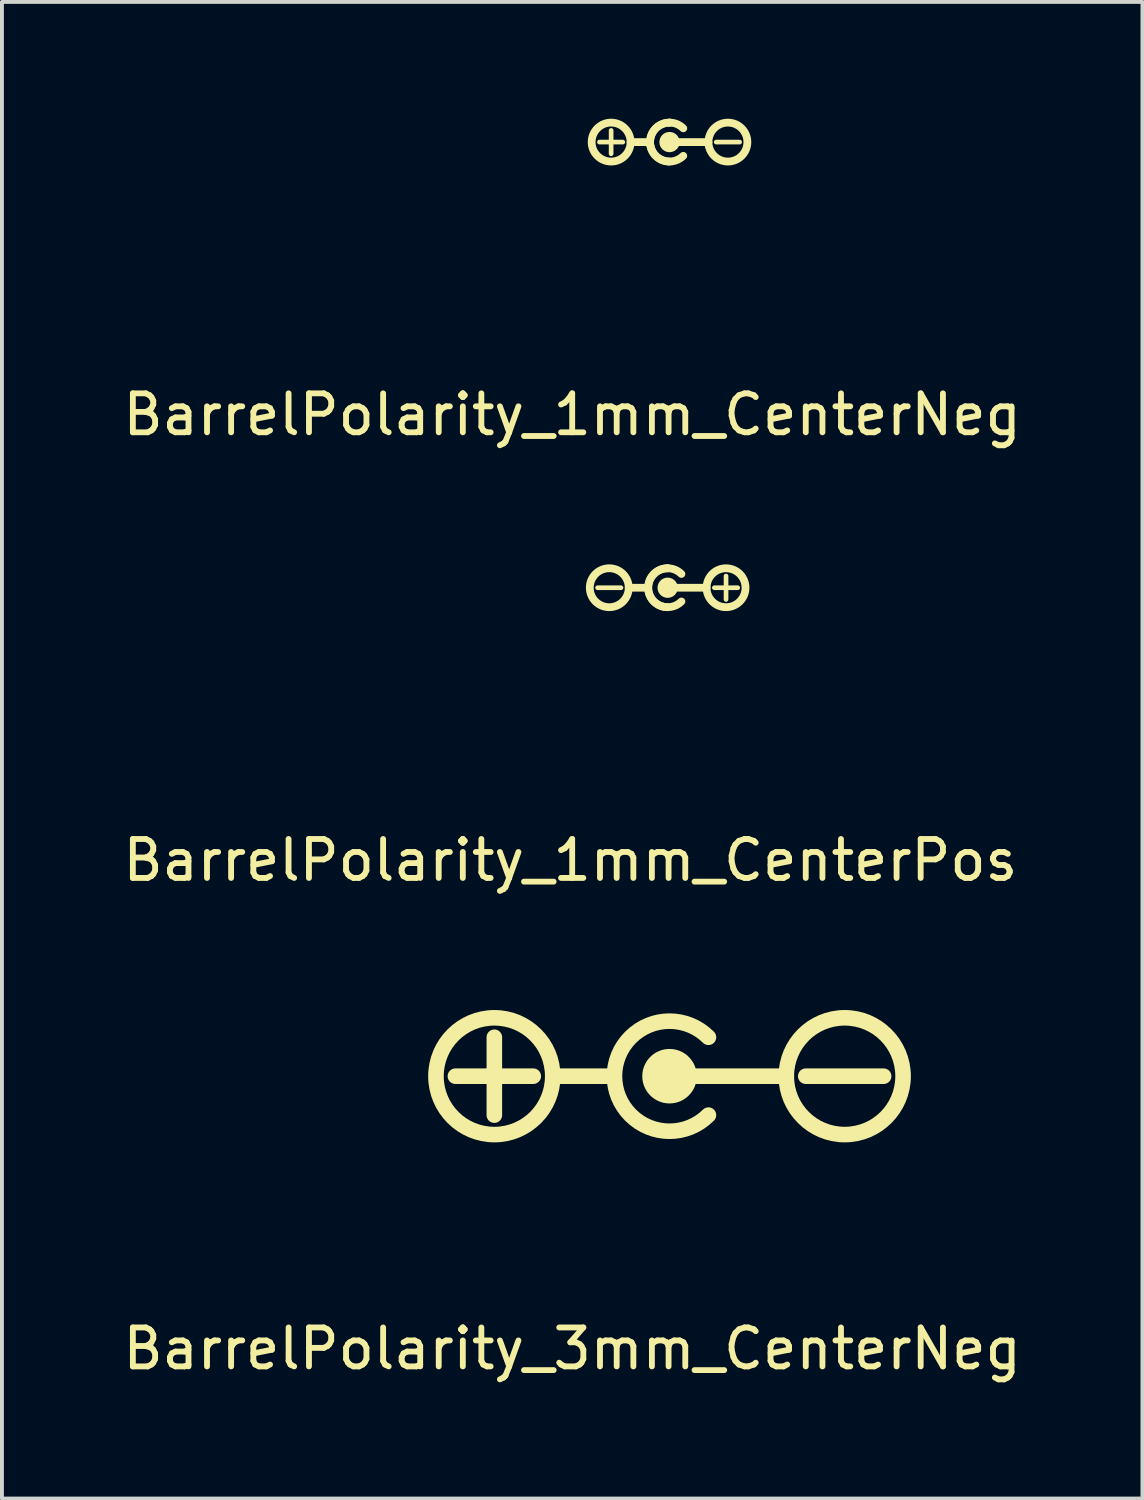
<source format=kicad_pcb>
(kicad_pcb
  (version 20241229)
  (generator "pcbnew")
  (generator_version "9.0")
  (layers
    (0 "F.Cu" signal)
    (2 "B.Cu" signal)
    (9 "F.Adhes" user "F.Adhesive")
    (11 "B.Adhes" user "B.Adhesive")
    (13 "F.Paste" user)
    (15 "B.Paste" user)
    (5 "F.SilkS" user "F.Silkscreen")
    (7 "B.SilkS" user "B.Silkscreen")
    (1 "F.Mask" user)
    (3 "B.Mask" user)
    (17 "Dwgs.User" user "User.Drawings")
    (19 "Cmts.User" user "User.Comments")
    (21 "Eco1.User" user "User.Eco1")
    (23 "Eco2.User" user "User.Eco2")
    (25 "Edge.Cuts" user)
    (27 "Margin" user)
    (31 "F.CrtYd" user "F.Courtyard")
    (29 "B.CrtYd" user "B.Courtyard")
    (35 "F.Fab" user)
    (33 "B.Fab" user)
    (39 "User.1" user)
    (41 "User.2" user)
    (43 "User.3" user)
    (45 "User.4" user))
  (footprint "BarrelPolarity_3mm_CenterNeg"
    (layer "F.Cu")
    (at 14.149 24.596)
    (property "Reference" "BarrelPolarity_3mm_CenterNeg" (at -2.5 7 0) (layer "F.SilkS") (effects (font (size 1 1) (thickness 0.15))))
    (attr through_hole)
    (fp_line (start -5.5 0) (end -3.5 0) (stroke (width 0.4) (type solid)) (layer "F.SilkS"))
    (fp_line (start -4.5 -1) (end -4.5 1) (stroke (width 0.4) (type solid)) (layer "F.SilkS"))
    (fp_line (start -4.5 0) (end -4.5 -1) (stroke (width 0.12) (type solid)) (layer "F.SilkS"))
    (fp_line (start -3.5 0) (end -4.5 0) (stroke (width 0.12) (type solid)) (layer "F.SilkS"))
    (fp_line (start -3 0) (end -1.5 0) (stroke (width 0.4) (type solid)) (layer "F.SilkS"))
    (fp_line (start 0.5 0) (end 3 0) (stroke (width 0.4) (type solid)) (layer "F.SilkS"))
    (fp_line (start 3.5 0) (end 5.5 0) (stroke (width 0.4) (type solid)) (layer "F.SilkS"))
    (fp_arc (start 0.999999 0.999999) (mid -1.414212 0) (end 0.999999 -0.999999) (stroke (width 0.4) (type solid)) (layer "F.SilkS"))
    (fp_circle (center -4.5 0) (end -3 0) (stroke (width 0.4) (type solid)) (fill no) (layer "F.SilkS"))
    (fp_circle (center 0 0) (end 0.5 0) (stroke (width 0.4) (type solid)) (fill no) (layer "F.SilkS"))
    (fp_circle (center 4.5 0) (end 6 0) (stroke (width 0.4) (type solid)) (fill no) (layer "F.SilkS"))
    (fp_poly (pts (xy 0.5 0) (xy 0 0.5) (xy -0.5 0) (xy 0 -0.5)) (stroke (width 0.1) (type solid)) (fill yes) (layer "F.SilkS")))
  (footprint "BarrelPolarity_1mm_CenterPos"
    (layer "F.Cu")
    (at 14.101 12.048)
    (property "Reference" "BarrelPolarity_1mm_CenterPos" (at -2.5 7 0) (layer "F.SilkS") (effects (font (size 1 1) (thickness 0.15))))
    (attr through_hole)
    (fp_line (start -1.2 0) (end -1.8 0) (stroke (width 0.12) (type solid)) (layer "F.SilkS"))
    (fp_line (start -0.5 0) (end -1 0) (stroke (width 0.2) (type solid)) (layer "F.SilkS"))
    (fp_line (start -0.1 -0.1) (end -0.1 0.1) (stroke (width 0.12) (type solid)) (layer "F.SilkS"))
    (fp_line (start -0.1 0.1) (end 0.1 0.1) (stroke (width 0.12) (type solid)) (layer "F.SilkS"))
    (fp_line (start 0 0) (end 1 0) (stroke (width 0.2) (type solid)) (layer "F.SilkS"))
    (fp_line (start 0.1 -0.1) (end -0.1 -0.1) (stroke (width 0.12) (type solid)) (layer "F.SilkS"))
    (fp_line (start 0.1 0.1) (end 0.1 -0.1) (stroke (width 0.12) (type solid)) (layer "F.SilkS"))
    (fp_line (start 1.2 0) (end 1.8 0) (stroke (width 0.12) (type solid)) (layer "F.SilkS"))
    (fp_line (start 1.5 -0.3) (end 1.5 0.3) (stroke (width 0.12) (type solid)) (layer "F.SilkS"))
    (fp_arc (start 0 -0.499997) (mid 0.191341 -0.461937) (end 0.353551 -0.353551) (stroke (width 0.2) (type solid)) (layer "F.SilkS"))
    (fp_arc (start 0 0.5) (mid -0.5 0) (end 0 -0.5) (stroke (width 0.2) (type solid)) (layer "F.SilkS"))
    (fp_arc (start 0.178885 0.089443) (mid -0.194649 -0.045951) (end 0.2 0) (stroke (width 0.12) (type solid)) (layer "F.SilkS"))
    (fp_arc (start 0.353553 0.353553) (mid -0.461939 0.191342) (end 0 -0.5) (stroke (width 0.2) (type solid)) (layer "F.SilkS"))
    (fp_circle (center -1.5 0) (end -1 0) (stroke (width 0.2) (type solid)) (fill no) (layer "F.SilkS"))
    (fp_circle (center 1.5 0) (end 2 0) (stroke (width 0.2) (type solid)) (fill no) (layer "F.SilkS")))
  (footprint "BarrelPolarity_1mm_CenterNeg"
    (layer "F.Cu")
    (at 14.149 0.6)
    (property "Reference" "BarrelPolarity_1mm_CenterNeg" (at -2.5 7 0) (layer "F.SilkS") (effects (font (size 1 1) (thickness 0.15))))
    (attr through_hole)
    (fp_line (start -1.5 -0.3) (end -1.5 0.3) (stroke (width 0.12) (type solid)) (layer "F.SilkS"))
    (fp_line (start -1.2 0) (end -1.8 0) (stroke (width 0.12) (type solid)) (layer "F.SilkS"))
    (fp_line (start -0.5 0) (end -1 0) (stroke (width 0.2) (type solid)) (layer "F.SilkS"))
    (fp_line (start -0.1 -0.1) (end -0.1 0.1) (stroke (width 0.12) (type solid)) (layer "F.SilkS"))
    (fp_line (start -0.1 0.1) (end 0.1 0.1) (stroke (width 0.12) (type solid)) (layer "F.SilkS"))
    (fp_line (start 0 0) (end 1 0) (stroke (width 0.2) (type solid)) (layer "F.SilkS"))
    (fp_line (start 0.1 -0.1) (end -0.1 -0.1) (stroke (width 0.12) (type solid)) (layer "F.SilkS"))
    (fp_line (start 0.1 0.1) (end 0.1 -0.1) (stroke (width 0.12) (type solid)) (layer "F.SilkS"))
    (fp_line (start 1.2 0) (end 1.8 0) (stroke (width 0.12) (type solid)) (layer "F.SilkS"))
    (fp_arc (start 0 -0.499997) (mid 0.191341 -0.461937) (end 0.353551 -0.353551) (stroke (width 0.2) (type solid)) (layer "F.SilkS"))
    (fp_arc (start 0 0.5) (mid -0.5 0) (end 0 -0.5) (stroke (width 0.2) (type solid)) (layer "F.SilkS"))
    (fp_arc (start 0.178885 0.089443) (mid -0.194649 -0.045951) (end 0.2 0) (stroke (width 0.12) (type solid)) (layer "F.SilkS"))
    (fp_arc (start 0.353553 0.353553) (mid -0.461939 0.191342) (end 0 -0.5) (stroke (width 0.2) (type solid)) (layer "F.SilkS"))
    (fp_circle (center -1.5 0) (end -1 0) (stroke (width 0.2) (type solid)) (fill no) (layer "F.SilkS"))
    (fp_circle (center 1.5 0) (end 2 0) (stroke (width 0.2) (type solid)) (fill no) (layer "F.SilkS")))
  (gr_rect
    (start -3 -3)
    (end 26.298 35.445)
    (stroke (width 0.1) (type default))
    (fill no)
    (layer "Edge.Cuts")))
</source>
